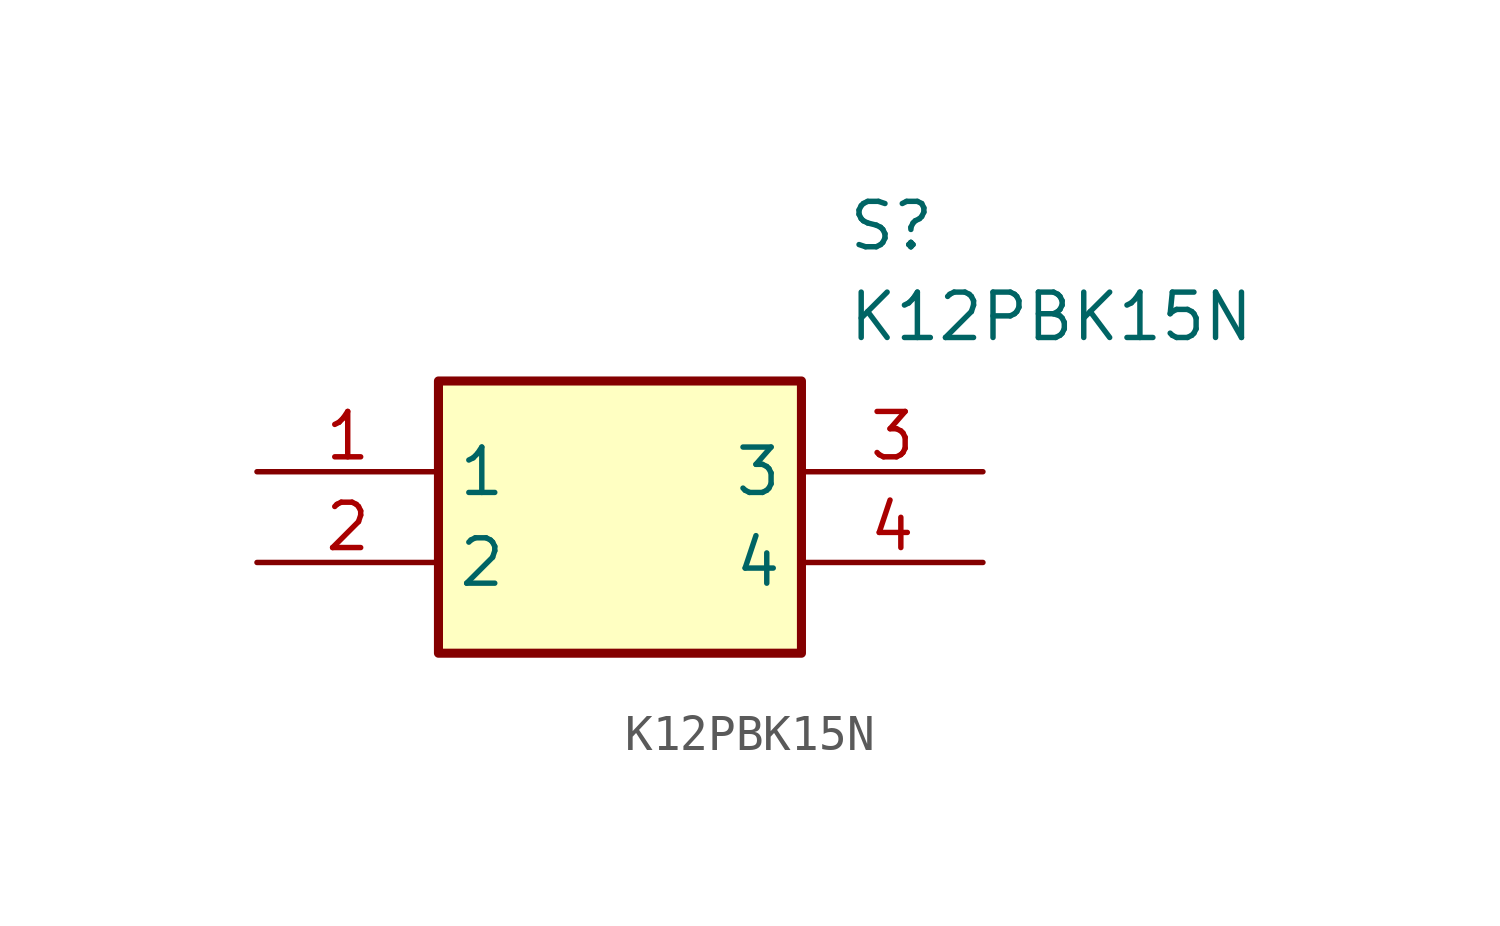
<source format=kicad_sym>
(kicad_symbol_lib
  (version 20211014)
  (generator SamacSys_ECAD_Model)
  (symbol "K12PBK15N"
    (property "Reference" "S"
      (at 16.51 7.62 0)
      (effects (font (size 1.27 1.27)) (justify left top)))
    (property "Value" "K12PBK15N"
      (at 16.51 5.08 0)
      (effects (font (size 1.27 1.27)) (justify left top)))
    (rectangle
      (start 5.08 2.54)
      (end 15.24 -5.08)
      (stroke (width 0.254) (type default))
      (fill (type background)))
    (pin passive line
      (at 0 0 0)
      (length 5.08)
      (name "1" (effects (font (size 1.27 1.27))))
      (number "1" (effects (font (size 1.27 1.27)))))
    (pin passive line
      (at 0 -2.54 0)
      (length 5.08)
      (name "2" (effects (font (size 1.27 1.27))))
      (number "2" (effects (font (size 1.27 1.27)))))
    (pin passive line
      (at 20.32 0 180)
      (length 5.08)
      (name "3" (effects (font (size 1.27 1.27))))
      (number "3" (effects (font (size 1.27 1.27)))))
    (pin passive line
      (at 20.32 -2.54 180)
      (length 5.08)
      (name "4" (effects (font (size 1.27 1.27))))
      (number "4" (effects (font (size 1.27 1.27)))))))
</source>
